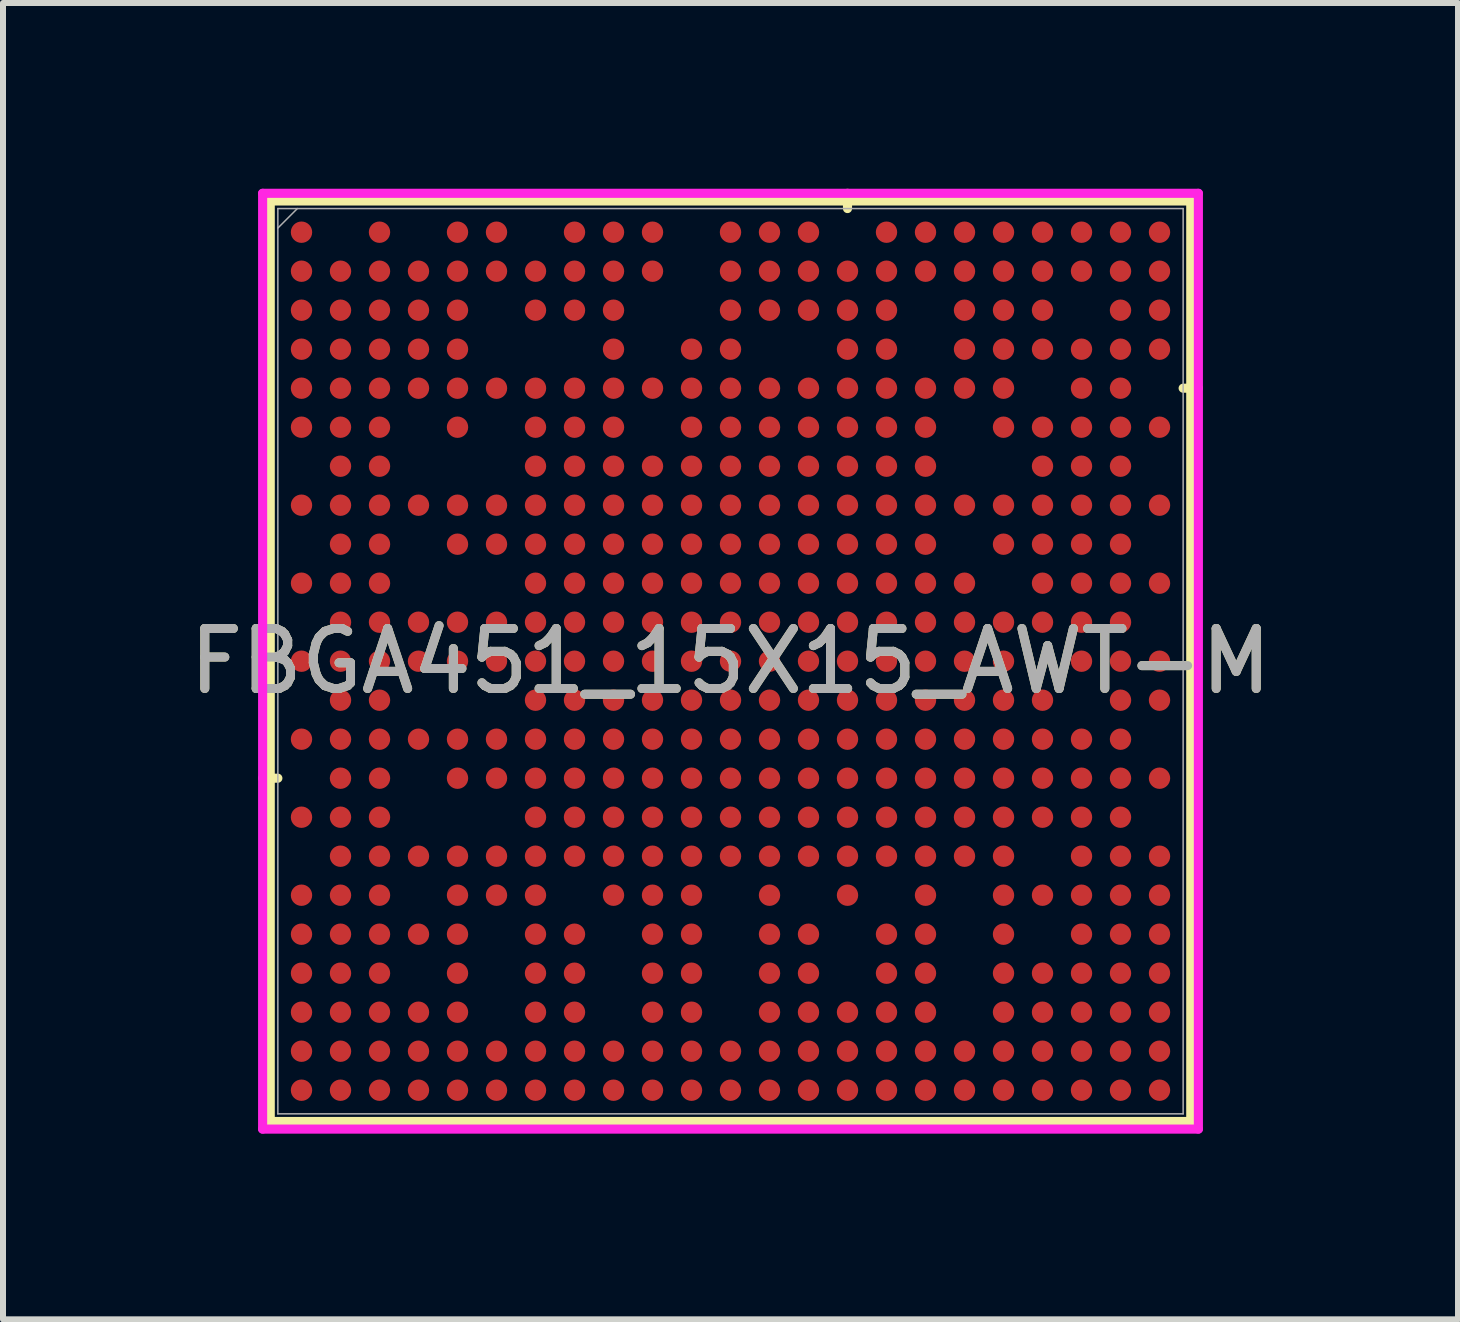
<source format=kicad_pcb>
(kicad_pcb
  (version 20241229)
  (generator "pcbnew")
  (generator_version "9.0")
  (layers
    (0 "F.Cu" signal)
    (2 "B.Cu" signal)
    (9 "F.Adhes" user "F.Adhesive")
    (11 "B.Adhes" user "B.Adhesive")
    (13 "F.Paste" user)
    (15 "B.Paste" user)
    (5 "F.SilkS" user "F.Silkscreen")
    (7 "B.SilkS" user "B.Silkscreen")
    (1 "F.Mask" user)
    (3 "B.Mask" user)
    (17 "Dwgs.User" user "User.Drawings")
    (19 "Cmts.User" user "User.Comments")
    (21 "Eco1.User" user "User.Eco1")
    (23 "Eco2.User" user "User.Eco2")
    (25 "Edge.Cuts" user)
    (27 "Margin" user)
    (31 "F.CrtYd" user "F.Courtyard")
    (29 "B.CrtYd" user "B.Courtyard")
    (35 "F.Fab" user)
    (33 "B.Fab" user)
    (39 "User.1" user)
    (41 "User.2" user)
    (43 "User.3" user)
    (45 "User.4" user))
  (footprint "FBGA451_15X15_AWT-M"
    (layer "F.Cu")
    (at 9.125 7.97)
    (property "Reference" "FBGA451_15X15_AWT-M" (at 0 0 0) (unlocked yes) (layer "F.SilkS") (effects (font (size 1 1) (thickness 0.15))))
    (attr smd)
    (fp_line (start -7.671 -7.671) (end -7.671 7.671) (stroke (width 0.152) (type solid)) (layer "F.SilkS"))
    (fp_line (start -7.671 7.671) (end 7.671 7.671) (stroke (width 0.152) (type solid)) (layer "F.SilkS"))
    (fp_line (start -7.544 1.95) (end -7.798 1.95) (stroke (width 0.152) (type solid)) (layer "F.SilkS"))
    (fp_line (start 1.95 -7.544) (end 1.95 -7.798) (stroke (width 0.152) (type solid)) (layer "F.SilkS"))
    (fp_line (start 7.544 -4.55) (end 7.798 -4.55) (stroke (width 0.152) (type solid)) (layer "F.SilkS"))
    (fp_line (start 7.671 -7.671) (end -7.671 -7.671) (stroke (width 0.152) (type solid)) (layer "F.SilkS"))
    (fp_line (start 7.671 7.671) (end 7.671 -7.671) (stroke (width 0.152) (type solid)) (layer "F.SilkS"))
    (fp_poly (pts (xy -7.92 -7.92) (xy 7.92 -7.92) (xy 7.92 7.92) (xy -7.92 7.92)) (stroke (width 0.1) (type solid)) (fill no) (layer "Eco2.User"))
    (fp_line (start -7.798 -7.798) (end 7.798 -7.798) (stroke (width 0.152) (type solid)) (layer "F.CrtYd"))
    (fp_line (start -7.798 7.798) (end -7.798 -7.798) (stroke (width 0.152) (type solid)) (layer "F.CrtYd"))
    (fp_line (start 7.798 -7.798) (end 7.798 7.798) (stroke (width 0.152) (type solid)) (layer "F.CrtYd"))
    (fp_line (start 7.798 7.798) (end -7.798 7.798) (stroke (width 0.152) (type solid)) (layer "F.CrtYd"))
    (fp_line (start -7.544 -7.544) (end -7.544 7.544) (stroke (width 0.025) (type solid)) (layer "F.Fab"))
    (fp_line (start -7.544 7.544) (end 7.544 7.544) (stroke (width 0.025) (type solid)) (layer "F.Fab"))
    (fp_line (start -7.219 -7.544) (end -7.544 -7.219) (stroke (width 0.025) (type solid)) (layer "F.Fab"))
    (fp_line (start 7.544 -7.544) (end -7.544 -7.544) (stroke (width 0.025) (type solid)) (layer "F.Fab"))
    (fp_line (start 7.544 7.544) (end 7.544 -7.544) (stroke (width 0.025) (type solid)) (layer "F.Fab"))
    (fp_text user "${REFERENCE}" (at 0 0 0) (unlocked yes) (layer "F.Fab") (effects (font (size 1 1) (thickness 0.15))))
    (pad "A1" smd circle (at -7.15 -7.15) (size 0.356 0.356) (layers "F.Cu" "F.Mask" "F.Paste"))
    (pad "A3" smd circle (at -5.85 -7.15) (size 0.356 0.356) (layers "F.Cu" "F.Mask" "F.Paste"))
    (pad "A5" smd circle (at -4.55 -7.15) (size 0.356 0.356) (layers "F.Cu" "F.Mask" "F.Paste"))
    (pad "A6" smd circle (at -3.9 -7.15) (size 0.356 0.356) (layers "F.Cu" "F.Mask" "F.Paste"))
    (pad "A8" smd circle (at -2.6 -7.15) (size 0.356 0.356) (layers "F.Cu" "F.Mask" "F.Paste"))
    (pad "A9" smd circle (at -1.95 -7.15) (size 0.356 0.356) (layers "F.Cu" "F.Mask" "F.Paste"))
    (pad "A10" smd circle (at -1.3 -7.15) (size 0.356 0.356) (layers "F.Cu" "F.Mask" "F.Paste"))
    (pad "A12" smd circle (at 0 -7.15) (size 0.356 0.356) (layers "F.Cu" "F.Mask" "F.Paste"))
    (pad "A13" smd circle (at 0.65 -7.15) (size 0.356 0.356) (layers "F.Cu" "F.Mask" "F.Paste"))
    (pad "A14" smd circle (at 1.3 -7.15) (size 0.356 0.356) (layers "F.Cu" "F.Mask" "F.Paste"))
    (pad "A16" smd circle (at 2.6 -7.15) (size 0.356 0.356) (layers "F.Cu" "F.Mask" "F.Paste"))
    (pad "A17" smd circle (at 3.25 -7.15) (size 0.356 0.356) (layers "F.Cu" "F.Mask" "F.Paste"))
    (pad "A18" smd circle (at 3.9 -7.15) (size 0.356 0.356) (layers "F.Cu" "F.Mask" "F.Paste"))
    (pad "A19" smd circle (at 4.55 -7.15) (size 0.356 0.356) (layers "F.Cu" "F.Mask" "F.Paste"))
    (pad "A20" smd circle (at 5.2 -7.15) (size 0.356 0.356) (layers "F.Cu" "F.Mask" "F.Paste"))
    (pad "A21" smd circle (at 5.85 -7.15) (size 0.356 0.356) (layers "F.Cu" "F.Mask" "F.Paste"))
    (pad "A22" smd circle (at 6.5 -7.15) (size 0.356 0.356) (layers "F.Cu" "F.Mask" "F.Paste"))
    (pad "A23" smd circle (at 7.15 -7.15) (size 0.356 0.356) (layers "F.Cu" "F.Mask" "F.Paste"))
    (pad "AA1" smd circle (at -7.15 5.85) (size 0.356 0.356) (layers "F.Cu" "F.Mask" "F.Paste"))
    (pad "AA2" smd circle (at -6.5 5.85) (size 0.356 0.356) (layers "F.Cu" "F.Mask" "F.Paste"))
    (pad "AA3" smd circle (at -5.85 5.85) (size 0.356 0.356) (layers "F.Cu" "F.Mask" "F.Paste"))
    (pad "AA4" smd circle (at -5.2 5.85) (size 0.356 0.356) (layers "F.Cu" "F.Mask" "F.Paste"))
    (pad "AA5" smd circle (at -4.55 5.85) (size 0.356 0.356) (layers "F.Cu" "F.Mask" "F.Paste"))
    (pad "AA7" smd circle (at -3.25 5.85) (size 0.356 0.356) (layers "F.Cu" "F.Mask" "F.Paste"))
    (pad "AA8" smd circle (at -2.6 5.85) (size 0.356 0.356) (layers "F.Cu" "F.Mask" "F.Paste"))
    (pad "AA10" smd circle (at -1.3 5.85) (size 0.356 0.356) (layers "F.Cu" "F.Mask" "F.Paste"))
    (pad "AA11" smd circle (at -0.65 5.85) (size 0.356 0.356) (layers "F.Cu" "F.Mask" "F.Paste"))
    (pad "AA13" smd circle (at 0.65 5.85) (size 0.356 0.356) (layers "F.Cu" "F.Mask" "F.Paste"))
    (pad "AA14" smd circle (at 1.3 5.85) (size 0.356 0.356) (layers "F.Cu" "F.Mask" "F.Paste"))
    (pad "AA15" smd circle (at 1.95 5.85) (size 0.356 0.356) (layers "F.Cu" "F.Mask" "F.Paste"))
    (pad "AA16" smd circle (at 2.6 5.85) (size 0.356 0.356) (layers "F.Cu" "F.Mask" "F.Paste"))
    (pad "AA17" smd circle (at 3.25 5.85) (size 0.356 0.356) (layers "F.Cu" "F.Mask" "F.Paste"))
    (pad "AA19" smd circle (at 4.55 5.85) (size 0.356 0.356) (layers "F.Cu" "F.Mask" "F.Paste"))
    (pad "AA20" smd circle (at 5.2 5.85) (size 0.356 0.356) (layers "F.Cu" "F.Mask" "F.Paste"))
    (pad "AA21" smd circle (at 5.85 5.85) (size 0.356 0.356) (layers "F.Cu" "F.Mask" "F.Paste"))
    (pad "AA22" smd circle (at 6.5 5.85) (size 0.356 0.356) (layers "F.Cu" "F.Mask" "F.Paste"))
    (pad "AA23" smd circle (at 7.15 5.85) (size 0.356 0.356) (layers "F.Cu" "F.Mask" "F.Paste"))
    (pad "AB1" smd circle (at -7.15 6.5) (size 0.356 0.356) (layers "F.Cu" "F.Mask" "F.Paste"))
    (pad "AB2" smd circle (at -6.5 6.5) (size 0.356 0.356) (layers "F.Cu" "F.Mask" "F.Paste"))
    (pad "AB3" smd circle (at -5.85 6.5) (size 0.356 0.356) (layers "F.Cu" "F.Mask" "F.Paste"))
    (pad "AB4" smd circle (at -5.2 6.5) (size 0.356 0.356) (layers "F.Cu" "F.Mask" "F.Paste"))
    (pad "AB5" smd circle (at -4.55 6.5) (size 0.356 0.356) (layers "F.Cu" "F.Mask" "F.Paste"))
    (pad "AB6" smd circle (at -3.9 6.5) (size 0.356 0.356) (layers "F.Cu" "F.Mask" "F.Paste"))
    (pad "AB7" smd circle (at -3.25 6.5) (size 0.356 0.356) (layers "F.Cu" "F.Mask" "F.Paste"))
    (pad "AB8" smd circle (at -2.6 6.5) (size 0.356 0.356) (layers "F.Cu" "F.Mask" "F.Paste"))
    (pad "AB9" smd circle (at -1.95 6.5) (size 0.356 0.356) (layers "F.Cu" "F.Mask" "F.Paste"))
    (pad "AB10" smd circle (at -1.3 6.5) (size 0.356 0.356) (layers "F.Cu" "F.Mask" "F.Paste"))
    (pad "AB11" smd circle (at -0.65 6.5) (size 0.356 0.356) (layers "F.Cu" "F.Mask" "F.Paste"))
    (pad "AB12" smd circle (at 0 6.5) (size 0.356 0.356) (layers "F.Cu" "F.Mask" "F.Paste"))
    (pad "AB13" smd circle (at 0.65 6.5) (size 0.356 0.356) (layers "F.Cu" "F.Mask" "F.Paste"))
    (pad "AB14" smd circle (at 1.3 6.5) (size 0.356 0.356) (layers "F.Cu" "F.Mask" "F.Paste"))
    (pad "AB15" smd circle (at 1.95 6.5) (size 0.356 0.356) (layers "F.Cu" "F.Mask" "F.Paste"))
    (pad "AB16" smd circle (at 2.6 6.5) (size 0.356 0.356) (layers "F.Cu" "F.Mask" "F.Paste"))
    (pad "AB17" smd circle (at 3.25 6.5) (size 0.356 0.356) (layers "F.Cu" "F.Mask" "F.Paste"))
    (pad "AB18" smd circle (at 3.9 6.5) (size 0.356 0.356) (layers "F.Cu" "F.Mask" "F.Paste"))
    (pad "AB19" smd circle (at 4.55 6.5) (size 0.356 0.356) (layers "F.Cu" "F.Mask" "F.Paste"))
    (pad "AB20" smd circle (at 5.2 6.5) (size 0.356 0.356) (layers "F.Cu" "F.Mask" "F.Paste"))
    (pad "AB21" smd circle (at 5.85 6.5) (size 0.356 0.356) (layers "F.Cu" "F.Mask" "F.Paste"))
    (pad "AB22" smd circle (at 6.5 6.5) (size 0.356 0.356) (layers "F.Cu" "F.Mask" "F.Paste"))
    (pad "AB23" smd circle (at 7.15 6.5) (size 0.356 0.356) (layers "F.Cu" "F.Mask" "F.Paste"))
    (pad "AC1" smd circle (at -7.15 7.15) (size 0.356 0.356) (layers "F.Cu" "F.Mask" "F.Paste"))
    (pad "AC2" smd circle (at -6.5 7.15) (size 0.356 0.356) (layers "F.Cu" "F.Mask" "F.Paste"))
    (pad "AC3" smd circle (at -5.85 7.15) (size 0.356 0.356) (layers "F.Cu" "F.Mask" "F.Paste"))
    (pad "AC4" smd circle (at -5.2 7.15) (size 0.356 0.356) (layers "F.Cu" "F.Mask" "F.Paste"))
    (pad "AC5" smd circle (at -4.55 7.15) (size 0.356 0.356) (layers "F.Cu" "F.Mask" "F.Paste"))
    (pad "AC6" smd circle (at -3.9 7.15) (size 0.356 0.356) (layers "F.Cu" "F.Mask" "F.Paste"))
    (pad "AC7" smd circle (at -3.25 7.15) (size 0.356 0.356) (layers "F.Cu" "F.Mask" "F.Paste"))
    (pad "AC8" smd circle (at -2.6 7.15) (size 0.356 0.356) (layers "F.Cu" "F.Mask" "F.Paste"))
    (pad "AC9" smd circle (at -1.95 7.15) (size 0.356 0.356) (layers "F.Cu" "F.Mask" "F.Paste"))
    (pad "AC10" smd circle (at -1.3 7.15) (size 0.356 0.356) (layers "F.Cu" "F.Mask" "F.Paste"))
    (pad "AC11" smd circle (at -0.65 7.15) (size 0.356 0.356) (layers "F.Cu" "F.Mask" "F.Paste"))
    (pad "AC12" smd circle (at 0 7.15) (size 0.356 0.356) (layers "F.Cu" "F.Mask" "F.Paste"))
    (pad "AC13" smd circle (at 0.65 7.15) (size 0.356 0.356) (layers "F.Cu" "F.Mask" "F.Paste"))
    (pad "AC14" smd circle (at 1.3 7.15) (size 0.356 0.356) (layers "F.Cu" "F.Mask" "F.Paste"))
    (pad "AC15" smd circle (at 1.95 7.15) (size 0.356 0.356) (layers "F.Cu" "F.Mask" "F.Paste"))
    (pad "AC16" smd circle (at 2.6 7.15) (size 0.356 0.356) (layers "F.Cu" "F.Mask" "F.Paste"))
    (pad "AC17" smd circle (at 3.25 7.15) (size 0.356 0.356) (layers "F.Cu" "F.Mask" "F.Paste"))
    (pad "AC18" smd circle (at 3.9 7.15) (size 0.356 0.356) (layers "F.Cu" "F.Mask" "F.Paste"))
    (pad "AC19" smd circle (at 4.55 7.15) (size 0.356 0.356) (layers "F.Cu" "F.Mask" "F.Paste"))
    (pad "AC20" smd circle (at 5.2 7.15) (size 0.356 0.356) (layers "F.Cu" "F.Mask" "F.Paste"))
    (pad "AC21" smd circle (at 5.85 7.15) (size 0.356 0.356) (layers "F.Cu" "F.Mask" "F.Paste"))
    (pad "AC22" smd circle (at 6.5 7.15) (size 0.356 0.356) (layers "F.Cu" "F.Mask" "F.Paste"))
    (pad "AC23" smd circle (at 7.15 7.15) (size 0.356 0.356) (layers "F.Cu" "F.Mask" "F.Paste"))
    (pad "B1" smd circle (at -7.15 -6.5) (size 0.356 0.356) (layers "F.Cu" "F.Mask" "F.Paste"))
    (pad "B2" smd circle (at -6.5 -6.5) (size 0.356 0.356) (layers "F.Cu" "F.Mask" "F.Paste"))
    (pad "B3" smd circle (at -5.85 -6.5) (size 0.356 0.356) (layers "F.Cu" "F.Mask" "F.Paste"))
    (pad "B4" smd circle (at -5.2 -6.5) (size 0.356 0.356) (layers "F.Cu" "F.Mask" "F.Paste"))
    (pad "B5" smd circle (at -4.55 -6.5) (size 0.356 0.356) (layers "F.Cu" "F.Mask" "F.Paste"))
    (pad "B6" smd circle (at -3.9 -6.5) (size 0.356 0.356) (layers "F.Cu" "F.Mask" "F.Paste"))
    (pad "B7" smd circle (at -3.25 -6.5) (size 0.356 0.356) (layers "F.Cu" "F.Mask" "F.Paste"))
    (pad "B8" smd circle (at -2.6 -6.5) (size 0.356 0.356) (layers "F.Cu" "F.Mask" "F.Paste"))
    (pad "B9" smd circle (at -1.95 -6.5) (size 0.356 0.356) (layers "F.Cu" "F.Mask" "F.Paste"))
    (pad "B10" smd circle (at -1.3 -6.5) (size 0.356 0.356) (layers "F.Cu" "F.Mask" "F.Paste"))
    (pad "B12" smd circle (at 0 -6.5) (size 0.356 0.356) (layers "F.Cu" "F.Mask" "F.Paste"))
    (pad "B13" smd circle (at 0.65 -6.5) (size 0.356 0.356) (layers "F.Cu" "F.Mask" "F.Paste"))
    (pad "B14" smd circle (at 1.3 -6.5) (size 0.356 0.356) (layers "F.Cu" "F.Mask" "F.Paste"))
    (pad "B15" smd circle (at 1.95 -6.5) (size 0.356 0.356) (layers "F.Cu" "F.Mask" "F.Paste"))
    (pad "B16" smd circle (at 2.6 -6.5) (size 0.356 0.356) (layers "F.Cu" "F.Mask" "F.Paste"))
    (pad "B17" smd circle (at 3.25 -6.5) (size 0.356 0.356) (layers "F.Cu" "F.Mask" "F.Paste"))
    (pad "B18" smd circle (at 3.9 -6.5) (size 0.356 0.356) (layers "F.Cu" "F.Mask" "F.Paste"))
    (pad "B19" smd circle (at 4.55 -6.5) (size 0.356 0.356) (layers "F.Cu" "F.Mask" "F.Paste"))
    (pad "B20" smd circle (at 5.2 -6.5) (size 0.356 0.356) (layers "F.Cu" "F.Mask" "F.Paste"))
    (pad "B21" smd circle (at 5.85 -6.5) (size 0.356 0.356) (layers "F.Cu" "F.Mask" "F.Paste"))
    (pad "B22" smd circle (at 6.5 -6.5) (size 0.356 0.356) (layers "F.Cu" "F.Mask" "F.Paste"))
    (pad "B23" smd circle (at 7.15 -6.5) (size 0.356 0.356) (layers "F.Cu" "F.Mask" "F.Paste"))
    (pad "C1" smd circle (at -7.15 -5.85) (size 0.356 0.356) (layers "F.Cu" "F.Mask" "F.Paste"))
    (pad "C2" smd circle (at -6.5 -5.85) (size 0.356 0.356) (layers "F.Cu" "F.Mask" "F.Paste"))
    (pad "C3" smd circle (at -5.85 -5.85) (size 0.356 0.356) (layers "F.Cu" "F.Mask" "F.Paste"))
    (pad "C4" smd circle (at -5.2 -5.85) (size 0.356 0.356) (layers "F.Cu" "F.Mask" "F.Paste"))
    (pad "C5" smd circle (at -4.55 -5.85) (size 0.356 0.356) (layers "F.Cu" "F.Mask" "F.Paste"))
    (pad "C7" smd circle (at -3.25 -5.85) (size 0.356 0.356) (layers "F.Cu" "F.Mask" "F.Paste"))
    (pad "C8" smd circle (at -2.6 -5.85) (size 0.356 0.356) (layers "F.Cu" "F.Mask" "F.Paste"))
    (pad "C9" smd circle (at -1.95 -5.85) (size 0.356 0.356) (layers "F.Cu" "F.Mask" "F.Paste"))
    (pad "C12" smd circle (at 0 -5.85) (size 0.356 0.356) (layers "F.Cu" "F.Mask" "F.Paste"))
    (pad "C13" smd circle (at 0.65 -5.85) (size 0.356 0.356) (layers "F.Cu" "F.Mask" "F.Paste"))
    (pad "C14" smd circle (at 1.3 -5.85) (size 0.356 0.356) (layers "F.Cu" "F.Mask" "F.Paste"))
    (pad "C15" smd circle (at 1.95 -5.85) (size 0.356 0.356) (layers "F.Cu" "F.Mask" "F.Paste"))
    (pad "C16" smd circle (at 2.6 -5.85) (size 0.356 0.356) (layers "F.Cu" "F.Mask" "F.Paste"))
    (pad "C18" smd circle (at 3.9 -5.85) (size 0.356 0.356) (layers "F.Cu" "F.Mask" "F.Paste"))
    (pad "C19" smd circle (at 4.55 -5.85) (size 0.356 0.356) (layers "F.Cu" "F.Mask" "F.Paste"))
    (pad "C20" smd circle (at 5.2 -5.85) (size 0.356 0.356) (layers "F.Cu" "F.Mask" "F.Paste"))
    (pad "C22" smd circle (at 6.5 -5.85) (size 0.356 0.356) (layers "F.Cu" "F.Mask" "F.Paste"))
    (pad "C23" smd circle (at 7.15 -5.85) (size 0.356 0.356) (layers "F.Cu" "F.Mask" "F.Paste"))
    (pad "D1" smd circle (at -7.15 -5.2) (size 0.356 0.356) (layers "F.Cu" "F.Mask" "F.Paste"))
    (pad "D2" smd circle (at -6.5 -5.2) (size 0.356 0.356) (layers "F.Cu" "F.Mask" "F.Paste"))
    (pad "D3" smd circle (at -5.85 -5.2) (size 0.356 0.356) (layers "F.Cu" "F.Mask" "F.Paste"))
    (pad "D4" smd circle (at -5.2 -5.2) (size 0.356 0.356) (layers "F.Cu" "F.Mask" "F.Paste"))
    (pad "D5" smd circle (at -4.55 -5.2) (size 0.356 0.356) (layers "F.Cu" "F.Mask" "F.Paste"))
    (pad "D9" smd circle (at -1.95 -5.2) (size 0.356 0.356) (layers "F.Cu" "F.Mask" "F.Paste"))
    (pad "D11" smd circle (at -0.65 -5.2) (size 0.356 0.356) (layers "F.Cu" "F.Mask" "F.Paste"))
    (pad "D12" smd circle (at 0 -5.2) (size 0.356 0.356) (layers "F.Cu" "F.Mask" "F.Paste"))
    (pad "D15" smd circle (at 1.95 -5.2) (size 0.356 0.356) (layers "F.Cu" "F.Mask" "F.Paste"))
    (pad "D16" smd circle (at 2.6 -5.2) (size 0.356 0.356) (layers "F.Cu" "F.Mask" "F.Paste"))
    (pad "D18" smd circle (at 3.9 -5.2) (size 0.356 0.356) (layers "F.Cu" "F.Mask" "F.Paste"))
    (pad "D19" smd circle (at 4.55 -5.2) (size 0.356 0.356) (layers "F.Cu" "F.Mask" "F.Paste"))
    (pad "D20" smd circle (at 5.2 -5.2) (size 0.356 0.356) (layers "F.Cu" "F.Mask" "F.Paste"))
    (pad "D21" smd circle (at 5.85 -5.2) (size 0.356 0.356) (layers "F.Cu" "F.Mask" "F.Paste"))
    (pad "D22" smd circle (at 6.5 -5.2) (size 0.356 0.356) (layers "F.Cu" "F.Mask" "F.Paste"))
    (pad "D23" smd circle (at 7.15 -5.2) (size 0.356 0.356) (layers "F.Cu" "F.Mask" "F.Paste"))
    (pad "E1" smd circle (at -7.15 -4.55) (size 0.356 0.356) (layers "F.Cu" "F.Mask" "F.Paste"))
    (pad "E2" smd circle (at -6.5 -4.55) (size 0.356 0.356) (layers "F.Cu" "F.Mask" "F.Paste"))
    (pad "E3" smd circle (at -5.85 -4.55) (size 0.356 0.356) (layers "F.Cu" "F.Mask" "F.Paste"))
    (pad "E4" smd circle (at -5.2 -4.55) (size 0.356 0.356) (layers "F.Cu" "F.Mask" "F.Paste"))
    (pad "E5" smd circle (at -4.55 -4.55) (size 0.356 0.356) (layers "F.Cu" "F.Mask" "F.Paste"))
    (pad "E6" smd circle (at -3.9 -4.55) (size 0.356 0.356) (layers "F.Cu" "F.Mask" "F.Paste"))
    (pad "E7" smd circle (at -3.25 -4.55) (size 0.356 0.356) (layers "F.Cu" "F.Mask" "F.Paste"))
    (pad "E8" smd circle (at -2.6 -4.55) (size 0.356 0.356) (layers "F.Cu" "F.Mask" "F.Paste"))
    (pad "E9" smd circle (at -1.95 -4.55) (size 0.356 0.356) (layers "F.Cu" "F.Mask" "F.Paste"))
    (pad "E10" smd circle (at -1.3 -4.55) (size 0.356 0.356) (layers "F.Cu" "F.Mask" "F.Paste"))
    (pad "E11" smd circle (at -0.65 -4.55) (size 0.356 0.356) (layers "F.Cu" "F.Mask" "F.Paste"))
    (pad "E12" smd circle (at 0 -4.55) (size 0.356 0.356) (layers "F.Cu" "F.Mask" "F.Paste"))
    (pad "E13" smd circle (at 0.65 -4.55) (size 0.356 0.356) (layers "F.Cu" "F.Mask" "F.Paste"))
    (pad "E14" smd circle (at 1.3 -4.55) (size 0.356 0.356) (layers "F.Cu" "F.Mask" "F.Paste"))
    (pad "E15" smd circle (at 1.95 -4.55) (size 0.356 0.356) (layers "F.Cu" "F.Mask" "F.Paste"))
    (pad "E16" smd circle (at 2.6 -4.55) (size 0.356 0.356) (layers "F.Cu" "F.Mask" "F.Paste"))
    (pad "E17" smd circle (at 3.25 -4.55) (size 0.356 0.356) (layers "F.Cu" "F.Mask" "F.Paste"))
    (pad "E18" smd circle (at 3.9 -4.55) (size 0.356 0.356) (layers "F.Cu" "F.Mask" "F.Paste"))
    (pad "E19" smd circle (at 4.55 -4.55) (size 0.356 0.356) (layers "F.Cu" "F.Mask" "F.Paste"))
    (pad "E21" smd circle (at 5.85 -4.55) (size 0.356 0.356) (layers "F.Cu" "F.Mask" "F.Paste"))
    (pad "E22" smd circle (at 6.5 -4.55) (size 0.356 0.356) (layers "F.Cu" "F.Mask" "F.Paste"))
    (pad "F1" smd circle (at -7.15 -3.9) (size 0.356 0.356) (layers "F.Cu" "F.Mask" "F.Paste"))
    (pad "F2" smd circle (at -6.5 -3.9) (size 0.356 0.356) (layers "F.Cu" "F.Mask" "F.Paste"))
    (pad "F3" smd circle (at -5.85 -3.9) (size 0.356 0.356) (layers "F.Cu" "F.Mask" "F.Paste"))
    (pad "F5" smd circle (at -4.55 -3.9) (size 0.356 0.356) (layers "F.Cu" "F.Mask" "F.Paste"))
    (pad "F7" smd circle (at -3.25 -3.9) (size 0.356 0.356) (layers "F.Cu" "F.Mask" "F.Paste"))
    (pad "F8" smd circle (at -2.6 -3.9) (size 0.356 0.356) (layers "F.Cu" "F.Mask" "F.Paste"))
    (pad "F9" smd circle (at -1.95 -3.9) (size 0.356 0.356) (layers "F.Cu" "F.Mask" "F.Paste"))
    (pad "F11" smd circle (at -0.65 -3.9) (size 0.356 0.356) (layers "F.Cu" "F.Mask" "F.Paste"))
    (pad "F12" smd circle (at 0 -3.9) (size 0.356 0.356) (layers "F.Cu" "F.Mask" "F.Paste"))
    (pad "F13" smd circle (at 0.65 -3.9) (size 0.356 0.356) (layers "F.Cu" "F.Mask" "F.Paste"))
    (pad "F14" smd circle (at 1.3 -3.9) (size 0.356 0.356) (layers "F.Cu" "F.Mask" "F.Paste"))
    (pad "F15" smd circle (at 1.95 -3.9) (size 0.356 0.356) (layers "F.Cu" "F.Mask" "F.Paste"))
    (pad "F16" smd circle (at 2.6 -3.9) (size 0.356 0.356) (layers "F.Cu" "F.Mask" "F.Paste"))
    (pad "F17" smd circle (at 3.25 -3.9) (size 0.356 0.356) (layers "F.Cu" "F.Mask" "F.Paste"))
    (pad "F19" smd circle (at 4.55 -3.9) (size 0.356 0.356) (layers "F.Cu" "F.Mask" "F.Paste"))
    (pad "F20" smd circle (at 5.2 -3.9) (size 0.356 0.356) (layers "F.Cu" "F.Mask" "F.Paste"))
    (pad "F21" smd circle (at 5.85 -3.9) (size 0.356 0.356) (layers "F.Cu" "F.Mask" "F.Paste"))
    (pad "F22" smd circle (at 6.5 -3.9) (size 0.356 0.356) (layers "F.Cu" "F.Mask" "F.Paste"))
    (pad "F23" smd circle (at 7.15 -3.9) (size 0.356 0.356) (layers "F.Cu" "F.Mask" "F.Paste"))
    (pad "G2" smd circle (at -6.5 -3.25) (size 0.356 0.356) (layers "F.Cu" "F.Mask" "F.Paste"))
    (pad "G3" smd circle (at -5.85 -3.25) (size 0.356 0.356) (layers "F.Cu" "F.Mask" "F.Paste"))
    (pad "G7" smd circle (at -3.25 -3.25) (size 0.356 0.356) (layers "F.Cu" "F.Mask" "F.Paste"))
    (pad "G8" smd circle (at -2.6 -3.25) (size 0.356 0.356) (layers "F.Cu" "F.Mask" "F.Paste"))
    (pad "G9" smd circle (at -1.95 -3.25) (size 0.356 0.356) (layers "F.Cu" "F.Mask" "F.Paste"))
    (pad "G10" smd circle (at -1.3 -3.25) (size 0.356 0.356) (layers "F.Cu" "F.Mask" "F.Paste"))
    (pad "G11" smd circle (at -0.65 -3.25) (size 0.356 0.356) (layers "F.Cu" "F.Mask" "F.Paste"))
    (pad "G12" smd circle (at 0 -3.25) (size 0.356 0.356) (layers "F.Cu" "F.Mask" "F.Paste"))
    (pad "G13" smd circle (at 0.65 -3.25) (size 0.356 0.356) (layers "F.Cu" "F.Mask" "F.Paste"))
    (pad "G14" smd circle (at 1.3 -3.25) (size 0.356 0.356) (layers "F.Cu" "F.Mask" "F.Paste"))
    (pad "G15" smd circle (at 1.95 -3.25) (size 0.356 0.356) (layers "F.Cu" "F.Mask" "F.Paste"))
    (pad "G16" smd circle (at 2.6 -3.25) (size 0.356 0.356) (layers "F.Cu" "F.Mask" "F.Paste"))
    (pad "G17" smd circle (at 3.25 -3.25) (size 0.356 0.356) (layers "F.Cu" "F.Mask" "F.Paste"))
    (pad "G20" smd circle (at 5.2 -3.25) (size 0.356 0.356) (layers "F.Cu" "F.Mask" "F.Paste"))
    (pad "G21" smd circle (at 5.85 -3.25) (size 0.356 0.356) (layers "F.Cu" "F.Mask" "F.Paste"))
    (pad "G22" smd circle (at 6.5 -3.25) (size 0.356 0.356) (layers "F.Cu" "F.Mask" "F.Paste"))
    (pad "H1" smd circle (at -7.15 -2.6) (size 0.356 0.356) (layers "F.Cu" "F.Mask" "F.Paste"))
    (pad "H2" smd circle (at -6.5 -2.6) (size 0.356 0.356) (layers "F.Cu" "F.Mask" "F.Paste"))
    (pad "H3" smd circle (at -5.85 -2.6) (size 0.356 0.356) (layers "F.Cu" "F.Mask" "F.Paste"))
    (pad "H4" smd circle (at -5.2 -2.6) (size 0.356 0.356) (layers "F.Cu" "F.Mask" "F.Paste"))
    (pad "H5" smd circle (at -4.55 -2.6) (size 0.356 0.356) (layers "F.Cu" "F.Mask" "F.Paste"))
    (pad "H6" smd circle (at -3.9 -2.6) (size 0.356 0.356) (layers "F.Cu" "F.Mask" "F.Paste"))
    (pad "H7" smd circle (at -3.25 -2.6) (size 0.356 0.356) (layers "F.Cu" "F.Mask" "F.Paste"))
    (pad "H8" smd circle (at -2.6 -2.6) (size 0.356 0.356) (layers "F.Cu" "F.Mask" "F.Paste"))
    (pad "H9" smd circle (at -1.95 -2.6) (size 0.356 0.356) (layers "F.Cu" "F.Mask" "F.Paste"))
    (pad "H10" smd circle (at -1.3 -2.6) (size 0.356 0.356) (layers "F.Cu" "F.Mask" "F.Paste"))
    (pad "H11" smd circle (at -0.65 -2.6) (size 0.356 0.356) (layers "F.Cu" "F.Mask" "F.Paste"))
    (pad "H12" smd circle (at 0 -2.6) (size 0.356 0.356) (layers "F.Cu" "F.Mask" "F.Paste"))
    (pad "H13" smd circle (at 0.65 -2.6) (size 0.356 0.356) (layers "F.Cu" "F.Mask" "F.Paste"))
    (pad "H14" smd circle (at 1.3 -2.6) (size 0.356 0.356) (layers "F.Cu" "F.Mask" "F.Paste"))
    (pad "H15" smd circle (at 1.95 -2.6) (size 0.356 0.356) (layers "F.Cu" "F.Mask" "F.Paste"))
    (pad "H16" smd circle (at 2.6 -2.6) (size 0.356 0.356) (layers "F.Cu" "F.Mask" "F.Paste"))
    (pad "H17" smd circle (at 3.25 -2.6) (size 0.356 0.356) (layers "F.Cu" "F.Mask" "F.Paste"))
    (pad "H18" smd circle (at 3.9 -2.6) (size 0.356 0.356) (layers "F.Cu" "F.Mask" "F.Paste"))
    (pad "H19" smd circle (at 4.55 -2.6) (size 0.356 0.356) (layers "F.Cu" "F.Mask" "F.Paste"))
    (pad "H20" smd circle (at 5.2 -2.6) (size 0.356 0.356) (layers "F.Cu" "F.Mask" "F.Paste"))
    (pad "H21" smd circle (at 5.85 -2.6) (size 0.356 0.356) (layers "F.Cu" "F.Mask" "F.Paste"))
    (pad "H22" smd circle (at 6.5 -2.6) (size 0.356 0.356) (layers "F.Cu" "F.Mask" "F.Paste"))
    (pad "H23" smd circle (at 7.15 -2.6) (size 0.356 0.356) (layers "F.Cu" "F.Mask" "F.Paste"))
    (pad "J2" smd circle (at -6.5 -1.95) (size 0.356 0.356) (layers "F.Cu" "F.Mask" "F.Paste"))
    (pad "J3" smd circle (at -5.85 -1.95) (size 0.356 0.356) (layers "F.Cu" "F.Mask" "F.Paste"))
    (pad "J5" smd circle (at -4.55 -1.95) (size 0.356 0.356) (layers "F.Cu" "F.Mask" "F.Paste"))
    (pad "J6" smd circle (at -3.9 -1.95) (size 0.356 0.356) (layers "F.Cu" "F.Mask" "F.Paste"))
    (pad "J7" smd circle (at -3.25 -1.95) (size 0.356 0.356) (layers "F.Cu" "F.Mask" "F.Paste"))
    (pad "J8" smd circle (at -2.6 -1.95) (size 0.356 0.356) (layers "F.Cu" "F.Mask" "F.Paste"))
    (pad "J9" smd circle (at -1.95 -1.95) (size 0.356 0.356) (layers "F.Cu" "F.Mask" "F.Paste"))
    (pad "J10" smd circle (at -1.3 -1.95) (size 0.356 0.356) (layers "F.Cu" "F.Mask" "F.Paste"))
    (pad "J11" smd circle (at -0.65 -1.95) (size 0.356 0.356) (layers "F.Cu" "F.Mask" "F.Paste"))
    (pad "J12" smd circle (at 0 -1.95) (size 0.356 0.356) (layers "F.Cu" "F.Mask" "F.Paste"))
    (pad "J13" smd circle (at 0.65 -1.95) (size 0.356 0.356) (layers "F.Cu" "F.Mask" "F.Paste"))
    (pad "J14" smd circle (at 1.3 -1.95) (size 0.356 0.356) (layers "F.Cu" "F.Mask" "F.Paste"))
    (pad "J15" smd circle (at 1.95 -1.95) (size 0.356 0.356) (layers "F.Cu" "F.Mask" "F.Paste"))
    (pad "J16" smd circle (at 2.6 -1.95) (size 0.356 0.356) (layers "F.Cu" "F.Mask" "F.Paste"))
    (pad "J17" smd circle (at 3.25 -1.95) (size 0.356 0.356) (layers "F.Cu" "F.Mask" "F.Paste"))
    (pad "J19" smd circle (at 4.55 -1.95) (size 0.356 0.356) (layers "F.Cu" "F.Mask" "F.Paste"))
    (pad "J20" smd circle (at 5.2 -1.95) (size 0.356 0.356) (layers "F.Cu" "F.Mask" "F.Paste"))
    (pad "J21" smd circle (at 5.85 -1.95) (size 0.356 0.356) (layers "F.Cu" "F.Mask" "F.Paste"))
    (pad "J22" smd circle (at 6.5 -1.95) (size 0.356 0.356) (layers "F.Cu" "F.Mask" "F.Paste"))
    (pad "K1" smd circle (at -7.15 -1.3) (size 0.356 0.356) (layers "F.Cu" "F.Mask" "F.Paste"))
    (pad "K2" smd circle (at -6.5 -1.3) (size 0.356 0.356) (layers "F.Cu" "F.Mask" "F.Paste"))
    (pad "K3" smd circle (at -5.85 -1.3) (size 0.356 0.356) (layers "F.Cu" "F.Mask" "F.Paste"))
    (pad "K7" smd circle (at -3.25 -1.3) (size 0.356 0.356) (layers "F.Cu" "F.Mask" "F.Paste"))
    (pad "K8" smd circle (at -2.6 -1.3) (size 0.356 0.356) (layers "F.Cu" "F.Mask" "F.Paste"))
    (pad "K9" smd circle (at -1.95 -1.3) (size 0.356 0.356) (layers "F.Cu" "F.Mask" "F.Paste"))
    (pad "K10" smd circle (at -1.3 -1.3) (size 0.356 0.356) (layers "F.Cu" "F.Mask" "F.Paste"))
    (pad "K11" smd circle (at -0.65 -1.3) (size 0.356 0.356) (layers "F.Cu" "F.Mask" "F.Paste"))
    (pad "K12" smd circle (at 0 -1.3) (size 0.356 0.356) (layers "F.Cu" "F.Mask" "F.Paste"))
    (pad "K13" smd circle (at 0.65 -1.3) (size 0.356 0.356) (layers "F.Cu" "F.Mask" "F.Paste"))
    (pad "K14" smd circle (at 1.3 -1.3) (size 0.356 0.356) (layers "F.Cu" "F.Mask" "F.Paste"))
    (pad "K15" smd circle (at 1.95 -1.3) (size 0.356 0.356) (layers "F.Cu" "F.Mask" "F.Paste"))
    (pad "K16" smd circle (at 2.6 -1.3) (size 0.356 0.356) (layers "F.Cu" "F.Mask" "F.Paste"))
    (pad "K17" smd circle (at 3.25 -1.3) (size 0.356 0.356) (layers "F.Cu" "F.Mask" "F.Paste"))
    (pad "K18" smd circle (at 3.9 -1.3) (size 0.356 0.356) (layers "F.Cu" "F.Mask" "F.Paste"))
    (pad "K20" smd circle (at 5.2 -1.3) (size 0.356 0.356) (layers "F.Cu" "F.Mask" "F.Paste"))
    (pad "K21" smd circle (at 5.85 -1.3) (size 0.356 0.356) (layers "F.Cu" "F.Mask" "F.Paste"))
    (pad "K22" smd circle (at 6.5 -1.3) (size 0.356 0.356) (layers "F.Cu" "F.Mask" "F.Paste"))
    (pad "K23" smd circle (at 7.15 -1.3) (size 0.356 0.356) (layers "F.Cu" "F.Mask" "F.Paste"))
    (pad "L2" smd circle (at -6.5 -0.65) (size 0.356 0.356) (layers "F.Cu" "F.Mask" "F.Paste"))
    (pad "L3" smd circle (at -5.85 -0.65) (size 0.356 0.356) (layers "F.Cu" "F.Mask" "F.Paste"))
    (pad "L4" smd circle (at -5.2 -0.65) (size 0.356 0.356) (layers "F.Cu" "F.Mask" "F.Paste"))
    (pad "L5" smd circle (at -4.55 -0.65) (size 0.356 0.356) (layers "F.Cu" "F.Mask" "F.Paste"))
    (pad "L6" smd circle (at -3.9 -0.65) (size 0.356 0.356) (layers "F.Cu" "F.Mask" "F.Paste"))
    (pad "L7" smd circle (at -3.25 -0.65) (size 0.356 0.356) (layers "F.Cu" "F.Mask" "F.Paste"))
    (pad "L8" smd circle (at -2.6 -0.65) (size 0.356 0.356) (layers "F.Cu" "F.Mask" "F.Paste"))
    (pad "L9" smd circle (at -1.95 -0.65) (size 0.356 0.356) (layers "F.Cu" "F.Mask" "F.Paste"))
    (pad "L10" smd circle (at -1.3 -0.65) (size 0.356 0.356) (layers "F.Cu" "F.Mask" "F.Paste"))
    (pad "L11" smd circle (at -0.65 -0.65) (size 0.356 0.356) (layers "F.Cu" "F.Mask" "F.Paste"))
    (pad "L12" smd circle (at 0 -0.65) (size 0.356 0.356) (layers "F.Cu" "F.Mask" "F.Paste"))
    (pad "L13" smd circle (at 0.65 -0.65) (size 0.356 0.356) (layers "F.Cu" "F.Mask" "F.Paste"))
    (pad "L14" smd circle (at 1.3 -0.65) (size 0.356 0.356) (layers "F.Cu" "F.Mask" "F.Paste"))
    (pad "L15" smd circle (at 1.95 -0.65) (size 0.356 0.356) (layers "F.Cu" "F.Mask" "F.Paste"))
    (pad "L16" smd circle (at 2.6 -0.65) (size 0.356 0.356) (layers "F.Cu" "F.Mask" "F.Paste"))
    (pad "L17" smd circle (at 3.25 -0.65) (size 0.356 0.356) (layers "F.Cu" "F.Mask" "F.Paste"))
    (pad "L18" smd circle (at 3.9 -0.65) (size 0.356 0.356) (layers "F.Cu" "F.Mask" "F.Paste"))
    (pad "L19" smd circle (at 4.55 -0.65) (size 0.356 0.356) (layers "F.Cu" "F.Mask" "F.Paste"))
    (pad "L20" smd circle (at 5.2 -0.65) (size 0.356 0.356) (layers "F.Cu" "F.Mask" "F.Paste"))
    (pad "L21" smd circle (at 5.85 -0.65) (size 0.356 0.356) (layers "F.Cu" "F.Mask" "F.Paste"))
    (pad "L22" smd circle (at 6.5 -0.65) (size 0.356 0.356) (layers "F.Cu" "F.Mask" "F.Paste"))
    (pad "M1" smd circle (at -7.15 0) (size 0.356 0.356) (layers "F.Cu" "F.Mask" "F.Paste"))
    (pad "M2" smd circle (at -6.5 0) (size 0.356 0.356) (layers "F.Cu" "F.Mask" "F.Paste"))
    (pad "M3" smd circle (at -5.85 0) (size 0.356 0.356) (layers "F.Cu" "F.Mask" "F.Paste"))
    (pad "M4" smd circle (at -5.2 0) (size 0.356 0.356) (layers "F.Cu" "F.Mask" "F.Paste"))
    (pad "M5" smd circle (at -4.55 0) (size 0.356 0.356) (layers "F.Cu" "F.Mask" "F.Paste"))
    (pad "M6" smd circle (at -3.9 0) (size 0.356 0.356) (layers "F.Cu" "F.Mask" "F.Paste"))
    (pad "M7" smd circle (at -3.25 0) (size 0.356 0.356) (layers "F.Cu" "F.Mask" "F.Paste"))
    (pad "M8" smd circle (at -2.6 0) (size 0.356 0.356) (layers "F.Cu" "F.Mask" "F.Paste"))
    (pad "M9" smd circle (at -1.95 0) (size 0.356 0.356) (layers "F.Cu" "F.Mask" "F.Paste"))
    (pad "M10" smd circle (at -1.3 0) (size 0.356 0.356) (layers "F.Cu" "F.Mask" "F.Paste"))
    (pad "M11" smd circle (at -0.65 0) (size 0.356 0.356) (layers "F.Cu" "F.Mask" "F.Paste"))
    (pad "M12" smd circle (at 0 0) (size 0.356 0.356) (layers "F.Cu" "F.Mask" "F.Paste"))
    (pad "M13" smd circle (at 0.65 0) (size 0.356 0.356) (layers "F.Cu" "F.Mask" "F.Paste"))
    (pad "M14" smd circle (at 1.3 0) (size 0.356 0.356) (layers "F.Cu" "F.Mask" "F.Paste"))
    (pad "M15" smd circle (at 1.95 0) (size 0.356 0.356) (layers "F.Cu" "F.Mask" "F.Paste"))
    (pad "M16" smd circle (at 2.6 0) (size 0.356 0.356) (layers "F.Cu" "F.Mask" "F.Paste"))
    (pad "M17" smd circle (at 3.25 0) (size 0.356 0.356) (layers "F.Cu" "F.Mask" "F.Paste"))
    (pad "M18" smd circle (at 3.9 0) (size 0.356 0.356) (layers "F.Cu" "F.Mask" "F.Paste"))
    (pad "M19" smd circle (at 4.55 0) (size 0.356 0.356) (layers "F.Cu" "F.Mask" "F.Paste"))
    (pad "M21" smd circle (at 5.85 0) (size 0.356 0.356) (layers "F.Cu" "F.Mask" "F.Paste"))
    (pad "M22" smd circle (at 6.5 0) (size 0.356 0.356) (layers "F.Cu" "F.Mask" "F.Paste"))
    (pad "M23" smd circle (at 7.15 0) (size 0.356 0.356) (layers "F.Cu" "F.Mask" "F.Paste"))
    (pad "N2" smd circle (at -6.5 0.65) (size 0.356 0.356) (layers "F.Cu" "F.Mask" "F.Paste"))
    (pad "N3" smd circle (at -5.85 0.65) (size 0.356 0.356) (layers "F.Cu" "F.Mask" "F.Paste"))
    (pad "N7" smd circle (at -3.25 0.65) (size 0.356 0.356) (layers "F.Cu" "F.Mask" "F.Paste"))
    (pad "N8" smd circle (at -2.6 0.65) (size 0.356 0.356) (layers "F.Cu" "F.Mask" "F.Paste"))
    (pad "N9" smd circle (at -1.95 0.65) (size 0.356 0.356) (layers "F.Cu" "F.Mask" "F.Paste"))
    (pad "N10" smd circle (at -1.3 0.65) (size 0.356 0.356) (layers "F.Cu" "F.Mask" "F.Paste"))
    (pad "N11" smd circle (at -0.65 0.65) (size 0.356 0.356) (layers "F.Cu" "F.Mask" "F.Paste"))
    (pad "N12" smd circle (at 0 0.65) (size 0.356 0.356) (layers "F.Cu" "F.Mask" "F.Paste"))
    (pad "N13" smd circle (at 0.65 0.65) (size 0.356 0.356) (layers "F.Cu" "F.Mask" "F.Paste"))
    (pad "N14" smd circle (at 1.3 0.65) (size 0.356 0.356) (layers "F.Cu" "F.Mask" "F.Paste"))
    (pad "N15" smd circle (at 1.95 0.65) (size 0.356 0.356) (layers "F.Cu" "F.Mask" "F.Paste"))
    (pad "N16" smd circle (at 2.6 0.65) (size 0.356 0.356) (layers "F.Cu" "F.Mask" "F.Paste"))
    (pad "N17" smd circle (at 3.25 0.65) (size 0.356 0.356) (layers "F.Cu" "F.Mask" "F.Paste"))
    (pad "N18" smd circle (at 3.9 0.65) (size 0.356 0.356) (layers "F.Cu" "F.Mask" "F.Paste"))
    (pad "N19" smd circle (at 4.55 0.65) (size 0.356 0.356) (layers "F.Cu" "F.Mask" "F.Paste"))
    (pad "N20" smd circle (at 5.2 0.65) (size 0.356 0.356) (layers "F.Cu" "F.Mask" "F.Paste"))
    (pad "N22" smd circle (at 6.5 0.65) (size 0.356 0.356) (layers "F.Cu" "F.Mask" "F.Paste"))
    (pad "N23" smd circle (at 7.15 0.65) (size 0.356 0.356) (layers "F.Cu" "F.Mask" "F.Paste"))
    (pad "P1" smd circle (at -7.15 1.3) (size 0.356 0.356) (layers "F.Cu" "F.Mask" "F.Paste"))
    (pad "P2" smd circle (at -6.5 1.3) (size 0.356 0.356) (layers "F.Cu" "F.Mask" "F.Paste"))
    (pad "P3" smd circle (at -5.85 1.3) (size 0.356 0.356) (layers "F.Cu" "F.Mask" "F.Paste"))
    (pad "P4" smd circle (at -5.2 1.3) (size 0.356 0.356) (layers "F.Cu" "F.Mask" "F.Paste"))
    (pad "P5" smd circle (at -4.55 1.3) (size 0.356 0.356) (layers "F.Cu" "F.Mask" "F.Paste"))
    (pad "P6" smd circle (at -3.9 1.3) (size 0.356 0.356) (layers "F.Cu" "F.Mask" "F.Paste"))
    (pad "P7" smd circle (at -3.25 1.3) (size 0.356 0.356) (layers "F.Cu" "F.Mask" "F.Paste"))
    (pad "P8" smd circle (at -2.6 1.3) (size 0.356 0.356) (layers "F.Cu" "F.Mask" "F.Paste"))
    (pad "P9" smd circle (at -1.95 1.3) (size 0.356 0.356) (layers "F.Cu" "F.Mask" "F.Paste"))
    (pad "P10" smd circle (at -1.3 1.3) (size 0.356 0.356) (layers "F.Cu" "F.Mask" "F.Paste"))
    (pad "P11" smd circle (at -0.65 1.3) (size 0.356 0.356) (layers "F.Cu" "F.Mask" "F.Paste"))
    (pad "P12" smd circle (at 0 1.3) (size 0.356 0.356) (layers "F.Cu" "F.Mask" "F.Paste"))
    (pad "P13" smd circle (at 0.65 1.3) (size 0.356 0.356) (layers "F.Cu" "F.Mask" "F.Paste"))
    (pad "P14" smd circle (at 1.3 1.3) (size 0.356 0.356) (layers "F.Cu" "F.Mask" "F.Paste"))
    (pad "P15" smd circle (at 1.95 1.3) (size 0.356 0.356) (layers "F.Cu" "F.Mask" "F.Paste"))
    (pad "P16" smd circle (at 2.6 1.3) (size 0.356 0.356) (layers "F.Cu" "F.Mask" "F.Paste"))
    (pad "P17" smd circle (at 3.25 1.3) (size 0.356 0.356) (layers "F.Cu" "F.Mask" "F.Paste"))
    (pad "P18" smd circle (at 3.9 1.3) (size 0.356 0.356) (layers "F.Cu" "F.Mask" "F.Paste"))
    (pad "P19" smd circle (at 4.55 1.3) (size 0.356 0.356) (layers "F.Cu" "F.Mask" "F.Paste"))
    (pad "P20" smd circle (at 5.2 1.3) (size 0.356 0.356) (layers "F.Cu" "F.Mask" "F.Paste"))
    (pad "P21" smd circle (at 5.85 1.3) (size 0.356 0.356) (layers "F.Cu" "F.Mask" "F.Paste"))
    (pad "P22" smd circle (at 6.5 1.3) (size 0.356 0.356) (layers "F.Cu" "F.Mask" "F.Paste"))
    (pad "R2" smd circle (at -6.5 1.95) (size 0.356 0.356) (layers "F.Cu" "F.Mask" "F.Paste"))
    (pad "R3" smd circle (at -5.85 1.95) (size 0.356 0.356) (layers "F.Cu" "F.Mask" "F.Paste"))
    (pad "R5" smd circle (at -4.55 1.95) (size 0.356 0.356) (layers "F.Cu" "F.Mask" "F.Paste"))
    (pad "R6" smd circle (at -3.9 1.95) (size 0.356 0.356) (layers "F.Cu" "F.Mask" "F.Paste"))
    (pad "R7" smd circle (at -3.25 1.95) (size 0.356 0.356) (layers "F.Cu" "F.Mask" "F.Paste"))
    (pad "R8" smd circle (at -2.6 1.95) (size 0.356 0.356) (layers "F.Cu" "F.Mask" "F.Paste"))
    (pad "R9" smd circle (at -1.95 1.95) (size 0.356 0.356) (layers "F.Cu" "F.Mask" "F.Paste"))
    (pad "R10" smd circle (at -1.3 1.95) (size 0.356 0.356) (layers "F.Cu" "F.Mask" "F.Paste"))
    (pad "R11" smd circle (at -0.65 1.95) (size 0.356 0.356) (layers "F.Cu" "F.Mask" "F.Paste"))
    (pad "R12" smd circle (at 0 1.95) (size 0.356 0.356) (layers "F.Cu" "F.Mask" "F.Paste"))
    (pad "R13" smd circle (at 0.65 1.95) (size 0.356 0.356) (layers "F.Cu" "F.Mask" "F.Paste"))
    (pad "R14" smd circle (at 1.3 1.95) (size 0.356 0.356) (layers "F.Cu" "F.Mask" "F.Paste"))
    (pad "R15" smd circle (at 1.95 1.95) (size 0.356 0.356) (layers "F.Cu" "F.Mask" "F.Paste"))
    (pad "R16" smd circle (at 2.6 1.95) (size 0.356 0.356) (layers "F.Cu" "F.Mask" "F.Paste"))
    (pad "R17" smd circle (at 3.25 1.95) (size 0.356 0.356) (layers "F.Cu" "F.Mask" "F.Paste"))
    (pad "R18" smd circle (at 3.9 1.95) (size 0.356 0.356) (layers "F.Cu" "F.Mask" "F.Paste"))
    (pad "R19" smd circle (at 4.55 1.95) (size 0.356 0.356) (layers "F.Cu" "F.Mask" "F.Paste"))
    (pad "R20" smd circle (at 5.2 1.95) (size 0.356 0.356) (layers "F.Cu" "F.Mask" "F.Paste"))
    (pad "R21" smd circle (at 5.85 1.95) (size 0.356 0.356) (layers "F.Cu" "F.Mask" "F.Paste"))
    (pad "R22" smd circle (at 6.5 1.95) (size 0.356 0.356) (layers "F.Cu" "F.Mask" "F.Paste"))
    (pad "R23" smd circle (at 7.15 1.95) (size 0.356 0.356) (layers "F.Cu" "F.Mask" "F.Paste"))
    (pad "T1" smd circle (at -7.15 2.6) (size 0.356 0.356) (layers "F.Cu" "F.Mask" "F.Paste"))
    (pad "T2" smd circle (at -6.5 2.6) (size 0.356 0.356) (layers "F.Cu" "F.Mask" "F.Paste"))
    (pad "T3" smd circle (at -5.85 2.6) (size 0.356 0.356) (layers "F.Cu" "F.Mask" "F.Paste"))
    (pad "T7" smd circle (at -3.25 2.6) (size 0.356 0.356) (layers "F.Cu" "F.Mask" "F.Paste"))
    (pad "T8" smd circle (at -2.6 2.6) (size 0.356 0.356) (layers "F.Cu" "F.Mask" "F.Paste"))
    (pad "T9" smd circle (at -1.95 2.6) (size 0.356 0.356) (layers "F.Cu" "F.Mask" "F.Paste"))
    (pad "T10" smd circle (at -1.3 2.6) (size 0.356 0.356) (layers "F.Cu" "F.Mask" "F.Paste"))
    (pad "T11" smd circle (at -0.65 2.6) (size 0.356 0.356) (layers "F.Cu" "F.Mask" "F.Paste"))
    (pad "T12" smd circle (at 0 2.6) (size 0.356 0.356) (layers "F.Cu" "F.Mask" "F.Paste"))
    (pad "T13" smd circle (at 0.65 2.6) (size 0.356 0.356) (layers "F.Cu" "F.Mask" "F.Paste"))
    (pad "T14" smd circle (at 1.3 2.6) (size 0.356 0.356) (layers "F.Cu" "F.Mask" "F.Paste"))
    (pad "T15" smd circle (at 1.95 2.6) (size 0.356 0.356) (layers "F.Cu" "F.Mask" "F.Paste"))
    (pad "T16" smd circle (at 2.6 2.6) (size 0.356 0.356) (layers "F.Cu" "F.Mask" "F.Paste"))
    (pad "T17" smd circle (at 3.25 2.6) (size 0.356 0.356) (layers "F.Cu" "F.Mask" "F.Paste"))
    (pad "T18" smd circle (at 3.9 2.6) (size 0.356 0.356) (layers "F.Cu" "F.Mask" "F.Paste"))
    (pad "T19" smd circle (at 4.55 2.6) (size 0.356 0.356) (layers "F.Cu" "F.Mask" "F.Paste"))
    (pad "T20" smd circle (at 5.2 2.6) (size 0.356 0.356) (layers "F.Cu" "F.Mask" "F.Paste"))
    (pad "T21" smd circle (at 5.85 2.6) (size 0.356 0.356) (layers "F.Cu" "F.Mask" "F.Paste"))
    (pad "T22" smd circle (at 6.5 2.6) (size 0.356 0.356) (layers "F.Cu" "F.Mask" "F.Paste"))
    (pad "U2" smd circle (at -6.5 3.25) (size 0.356 0.356) (layers "F.Cu" "F.Mask" "F.Paste"))
    (pad "U3" smd circle (at -5.85 3.25) (size 0.356 0.356) (layers "F.Cu" "F.Mask" "F.Paste"))
    (pad "U4" smd circle (at -5.2 3.25) (size 0.356 0.356) (layers "F.Cu" "F.Mask" "F.Paste"))
    (pad "U5" smd circle (at -4.55 3.25) (size 0.356 0.356) (layers "F.Cu" "F.Mask" "F.Paste"))
    (pad "U6" smd circle (at -3.9 3.25) (size 0.356 0.356) (layers "F.Cu" "F.Mask" "F.Paste"))
    (pad "U7" smd circle (at -3.25 3.25) (size 0.356 0.356) (layers "F.Cu" "F.Mask" "F.Paste"))
    (pad "U8" smd circle (at -2.6 3.25) (size 0.356 0.356) (layers "F.Cu" "F.Mask" "F.Paste"))
    (pad "U9" smd circle (at -1.95 3.25) (size 0.356 0.356) (layers "F.Cu" "F.Mask" "F.Paste"))
    (pad "U10" smd circle (at -1.3 3.25) (size 0.356 0.356) (layers "F.Cu" "F.Mask" "F.Paste"))
    (pad "U11" smd circle (at -0.65 3.25) (size 0.356 0.356) (layers "F.Cu" "F.Mask" "F.Paste"))
    (pad "U12" smd circle (at 0 3.25) (size 0.356 0.356) (layers "F.Cu" "F.Mask" "F.Paste"))
    (pad "U13" smd circle (at 0.65 3.25) (size 0.356 0.356) (layers "F.Cu" "F.Mask" "F.Paste"))
    (pad "U14" smd circle (at 1.3 3.25) (size 0.356 0.356) (layers "F.Cu" "F.Mask" "F.Paste"))
    (pad "U15" smd circle (at 1.95 3.25) (size 0.356 0.356) (layers "F.Cu" "F.Mask" "F.Paste"))
    (pad "U16" smd circle (at 2.6 3.25) (size 0.356 0.356) (layers "F.Cu" "F.Mask" "F.Paste"))
    (pad "U17" smd circle (at 3.25 3.25) (size 0.356 0.356) (layers "F.Cu" "F.Mask" "F.Paste"))
    (pad "U18" smd circle (at 3.9 3.25) (size 0.356 0.356) (layers "F.Cu" "F.Mask" "F.Paste"))
    (pad "U19" smd circle (at 4.55 3.25) (size 0.356 0.356) (layers "F.Cu" "F.Mask" "F.Paste"))
    (pad "U21" smd circle (at 5.85 3.25) (size 0.356 0.356) (layers "F.Cu" "F.Mask" "F.Paste"))
    (pad "U22" smd circle (at 6.5 3.25) (size 0.356 0.356) (layers "F.Cu" "F.Mask" "F.Paste"))
    (pad "U23" smd circle (at 7.15 3.25) (size 0.356 0.356) (layers "F.Cu" "F.Mask" "F.Paste"))
    (pad "V1" smd circle (at -7.15 3.9) (size 0.356 0.356) (layers "F.Cu" "F.Mask" "F.Paste"))
    (pad "V2" smd circle (at -6.5 3.9) (size 0.356 0.356) (layers "F.Cu" "F.Mask" "F.Paste"))
    (pad "V3" smd circle (at -5.85 3.9) (size 0.356 0.356) (layers "F.Cu" "F.Mask" "F.Paste"))
    (pad "V5" smd circle (at -4.55 3.9) (size 0.356 0.356) (layers "F.Cu" "F.Mask" "F.Paste"))
    (pad "V6" smd circle (at -3.9 3.9) (size 0.356 0.356) (layers "F.Cu" "F.Mask" "F.Paste"))
    (pad "V7" smd circle (at -3.25 3.9) (size 0.356 0.356) (layers "F.Cu" "F.Mask" "F.Paste"))
    (pad "V9" smd circle (at -1.95 3.9) (size 0.356 0.356) (layers "F.Cu" "F.Mask" "F.Paste"))
    (pad "V10" smd circle (at -1.3 3.9) (size 0.356 0.356) (layers "F.Cu" "F.Mask" "F.Paste"))
    (pad "V11" smd circle (at -0.65 3.9) (size 0.356 0.356) (layers "F.Cu" "F.Mask" "F.Paste"))
    (pad "V13" smd circle (at 0.65 3.9) (size 0.356 0.356) (layers "F.Cu" "F.Mask" "F.Paste"))
    (pad "V15" smd circle (at 1.95 3.9) (size 0.356 0.356) (layers "F.Cu" "F.Mask" "F.Paste"))
    (pad "V17" smd circle (at 3.25 3.9) (size 0.356 0.356) (layers "F.Cu" "F.Mask" "F.Paste"))
    (pad "V19" smd circle (at 4.55 3.9) (size 0.356 0.356) (layers "F.Cu" "F.Mask" "F.Paste"))
    (pad "V20" smd circle (at 5.2 3.9) (size 0.356 0.356) (layers "F.Cu" "F.Mask" "F.Paste"))
    (pad "V21" smd circle (at 5.85 3.9) (size 0.356 0.356) (layers "F.Cu" "F.Mask" "F.Paste"))
    (pad "V22" smd circle (at 6.5 3.9) (size 0.356 0.356) (layers "F.Cu" "F.Mask" "F.Paste"))
    (pad "V23" smd circle (at 7.15 3.9) (size 0.356 0.356) (layers "F.Cu" "F.Mask" "F.Paste"))
    (pad "W1" smd circle (at -7.15 4.55) (size 0.356 0.356) (layers "F.Cu" "F.Mask" "F.Paste"))
    (pad "W2" smd circle (at -6.5 4.55) (size 0.356 0.356) (layers "F.Cu" "F.Mask" "F.Paste"))
    (pad "W3" smd circle (at -5.85 4.55) (size 0.356 0.356) (layers "F.Cu" "F.Mask" "F.Paste"))
    (pad "W4" smd circle (at -5.2 4.55) (size 0.356 0.356) (layers "F.Cu" "F.Mask" "F.Paste"))
    (pad "W5" smd circle (at -4.55 4.55) (size 0.356 0.356) (layers "F.Cu" "F.Mask" "F.Paste"))
    (pad "W7" smd circle (at -3.25 4.55) (size 0.356 0.356) (layers "F.Cu" "F.Mask" "F.Paste"))
    (pad "W8" smd circle (at -2.6 4.55) (size 0.356 0.356) (layers "F.Cu" "F.Mask" "F.Paste"))
    (pad "W10" smd circle (at -1.3 4.55) (size 0.356 0.356) (layers "F.Cu" "F.Mask" "F.Paste"))
    (pad "W11" smd circle (at -0.65 4.55) (size 0.356 0.356) (layers "F.Cu" "F.Mask" "F.Paste"))
    (pad "W13" smd circle (at 0.65 4.55) (size 0.356 0.356) (layers "F.Cu" "F.Mask" "F.Paste"))
    (pad "W14" smd circle (at 1.3 4.55) (size 0.356 0.356) (layers "F.Cu" "F.Mask" "F.Paste"))
    (pad "W16" smd circle (at 2.6 4.55) (size 0.356 0.356) (layers "F.Cu" "F.Mask" "F.Paste"))
    (pad "W17" smd circle (at 3.25 4.55) (size 0.356 0.356) (layers "F.Cu" "F.Mask" "F.Paste"))
    (pad "W19" smd circle (at 4.55 4.55) (size 0.356 0.356) (layers "F.Cu" "F.Mask" "F.Paste"))
    (pad "W21" smd circle (at 5.85 4.55) (size 0.356 0.356) (layers "F.Cu" "F.Mask" "F.Paste"))
    (pad "W22" smd circle (at 6.5 4.55) (size 0.356 0.356) (layers "F.Cu" "F.Mask" "F.Paste"))
    (pad "W23" smd circle (at 7.15 4.55) (size 0.356 0.356) (layers "F.Cu" "F.Mask" "F.Paste"))
    (pad "Y1" smd circle (at -7.15 5.2) (size 0.356 0.356) (layers "F.Cu" "F.Mask" "F.Paste"))
    (pad "Y2" smd circle (at -6.5 5.2) (size 0.356 0.356) (layers "F.Cu" "F.Mask" "F.Paste"))
    (pad "Y3" smd circle (at -5.85 5.2) (size 0.356 0.356) (layers "F.Cu" "F.Mask" "F.Paste"))
    (pad "Y5" smd circle (at -4.55 5.2) (size 0.356 0.356) (layers "F.Cu" "F.Mask" "F.Paste"))
    (pad "Y7" smd circle (at -3.25 5.2) (size 0.356 0.356) (layers "F.Cu" "F.Mask" "F.Paste"))
    (pad "Y8" smd circle (at -2.6 5.2) (size 0.356 0.356) (layers "F.Cu" "F.Mask" "F.Paste"))
    (pad "Y10" smd circle (at -1.3 5.2) (size 0.356 0.356) (layers "F.Cu" "F.Mask" "F.Paste"))
    (pad "Y11" smd circle (at -0.65 5.2) (size 0.356 0.356) (layers "F.Cu" "F.Mask" "F.Paste"))
    (pad "Y13" smd circle (at 0.65 5.2) (size 0.356 0.356) (layers "F.Cu" "F.Mask" "F.Paste"))
    (pad "Y14" smd circle (at 1.3 5.2) (size 0.356 0.356) (layers "F.Cu" "F.Mask" "F.Paste"))
    (pad "Y16" smd circle (at 2.6 5.2) (size 0.356 0.356) (layers "F.Cu" "F.Mask" "F.Paste"))
    (pad "Y17" smd circle (at 3.25 5.2) (size 0.356 0.356) (layers "F.Cu" "F.Mask" "F.Paste"))
    (pad "Y19" smd circle (at 4.55 5.2) (size 0.356 0.356) (layers "F.Cu" "F.Mask" "F.Paste"))
    (pad "Y20" smd circle (at 5.2 5.2) (size 0.356 0.356) (layers "F.Cu" "F.Mask" "F.Paste"))
    (pad "Y21" smd circle (at 5.85 5.2) (size 0.356 0.356) (layers "F.Cu" "F.Mask" "F.Paste"))
    (pad "Y22" smd circle (at 6.5 5.2) (size 0.356 0.356) (layers "F.Cu" "F.Mask" "F.Paste"))
    (pad "Y23" smd circle (at 7.15 5.2) (size 0.356 0.356) (layers "F.Cu" "F.Mask" "F.Paste")))
  (gr_rect
    (start -3 -3)
    (end 21.25 18.939)
    (stroke (width 0.1) (type default))
    (fill no)
    (layer "Edge.Cuts")))
</source>
